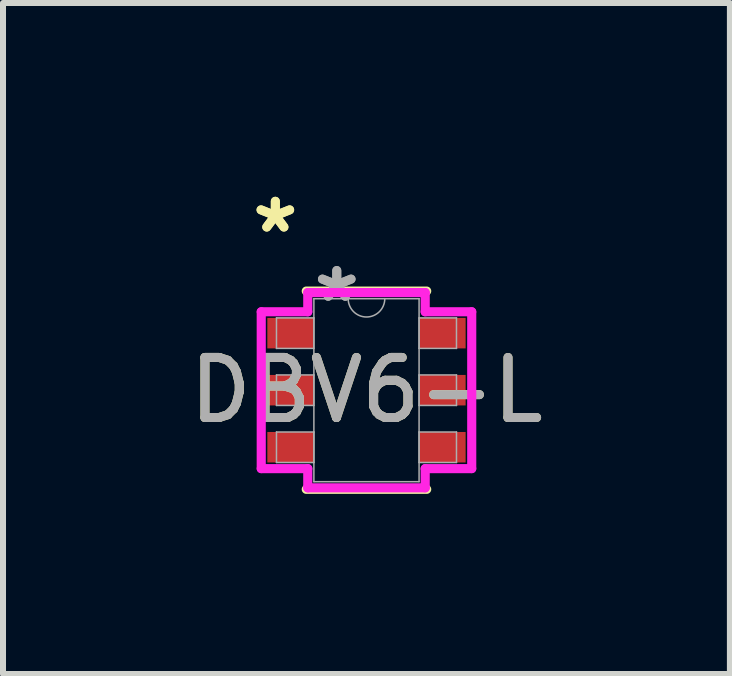
<source format=kicad_pcb>
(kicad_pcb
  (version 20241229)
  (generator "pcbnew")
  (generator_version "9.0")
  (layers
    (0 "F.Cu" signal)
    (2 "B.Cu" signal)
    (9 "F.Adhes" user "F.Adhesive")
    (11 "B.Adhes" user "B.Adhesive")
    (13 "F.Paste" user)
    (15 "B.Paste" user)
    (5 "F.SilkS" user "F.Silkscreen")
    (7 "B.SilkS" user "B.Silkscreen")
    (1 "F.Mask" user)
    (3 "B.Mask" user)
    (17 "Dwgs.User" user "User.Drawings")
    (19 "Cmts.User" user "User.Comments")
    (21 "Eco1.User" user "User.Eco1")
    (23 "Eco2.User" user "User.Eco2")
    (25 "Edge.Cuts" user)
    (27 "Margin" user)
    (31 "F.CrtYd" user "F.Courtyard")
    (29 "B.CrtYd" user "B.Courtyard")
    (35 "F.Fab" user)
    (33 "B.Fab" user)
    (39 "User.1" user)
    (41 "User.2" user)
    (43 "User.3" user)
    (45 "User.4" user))
  (footprint "DBV6-L"
    (layer "F.Cu")
    (at 3.054 3.449)
    (property "Reference" "DBV6-L" (at 0 0 0) (unlocked yes) (layer "F.SilkS") (effects (font (size 1 1) (thickness 0.15))))
    (attr smd)
    (fp_line (start -1.003 1.651) (end 1.003 1.651) (stroke (width 0.152) (type solid)) (layer "F.SilkS"))
    (fp_line (start 1.003 -1.651) (end -1.003 -1.651) (stroke (width 0.152) (type solid)) (layer "F.SilkS"))
    (fp_line (start -1.753 -1.306) (end -0.978 -1.306) (stroke (width 0.152) (type solid)) (layer "F.CrtYd"))
    (fp_line (start -1.753 1.306) (end -1.753 -1.306) (stroke (width 0.152) (type solid)) (layer "F.CrtYd"))
    (fp_line (start -1.753 1.306) (end -0.978 1.306) (stroke (width 0.152) (type solid)) (layer "F.CrtYd"))
    (fp_line (start -0.978 -1.626) (end 0.978 -1.626) (stroke (width 0.152) (type solid)) (layer "F.CrtYd"))
    (fp_line (start -0.978 -1.306) (end -0.978 -1.626) (stroke (width 0.152) (type solid)) (layer "F.CrtYd"))
    (fp_line (start -0.978 1.626) (end -0.978 1.306) (stroke (width 0.152) (type solid)) (layer "F.CrtYd"))
    (fp_line (start 0.978 -1.626) (end 0.978 -1.306) (stroke (width 0.152) (type solid)) (layer "F.CrtYd"))
    (fp_line (start 0.978 1.306) (end 0.978 1.626) (stroke (width 0.152) (type solid)) (layer "F.CrtYd"))
    (fp_line (start 0.978 1.626) (end -0.978 1.626) (stroke (width 0.152) (type solid)) (layer "F.CrtYd"))
    (fp_line (start 1.753 -1.306) (end 0.978 -1.306) (stroke (width 0.152) (type solid)) (layer "F.CrtYd"))
    (fp_line (start 1.753 -1.306) (end 1.753 1.306) (stroke (width 0.152) (type solid)) (layer "F.CrtYd"))
    (fp_line (start 1.753 1.306) (end 0.978 1.306) (stroke (width 0.152) (type solid)) (layer "F.CrtYd"))
    (fp_line (start -1.499 -1.204) (end -1.499 -0.696) (stroke (width 0.025) (type solid)) (layer "F.Fab"))
    (fp_line (start -1.499 -0.696) (end -0.876 -0.696) (stroke (width 0.025) (type solid)) (layer "F.Fab"))
    (fp_line (start -1.499 -0.254) (end -1.499 0.254) (stroke (width 0.025) (type solid)) (layer "F.Fab"))
    (fp_line (start -1.499 0.254) (end -0.876 0.254) (stroke (width 0.025) (type solid)) (layer "F.Fab"))
    (fp_line (start -1.499 0.696) (end -1.499 1.204) (stroke (width 0.025) (type solid)) (layer "F.Fab"))
    (fp_line (start -1.499 1.204) (end -0.876 1.204) (stroke (width 0.025) (type solid)) (layer "F.Fab"))
    (fp_line (start -0.876 -1.524) (end -0.876 1.524) (stroke (width 0.025) (type solid)) (layer "F.Fab"))
    (fp_line (start -0.876 -1.204) (end -1.499 -1.204) (stroke (width 0.025) (type solid)) (layer "F.Fab"))
    (fp_line (start -0.876 -0.696) (end -0.876 -1.204) (stroke (width 0.025) (type solid)) (layer "F.Fab"))
    (fp_line (start -0.876 -0.254) (end -1.499 -0.254) (stroke (width 0.025) (type solid)) (layer "F.Fab"))
    (fp_line (start -0.876 0.254) (end -0.876 -0.254) (stroke (width 0.025) (type solid)) (layer "F.Fab"))
    (fp_line (start -0.876 0.696) (end -1.499 0.696) (stroke (width 0.025) (type solid)) (layer "F.Fab"))
    (fp_line (start -0.876 1.204) (end -0.876 0.696) (stroke (width 0.025) (type solid)) (layer "F.Fab"))
    (fp_line (start -0.876 1.524) (end 0.876 1.524) (stroke (width 0.025) (type solid)) (layer "F.Fab"))
    (fp_line (start 0.876 -1.524) (end -0.876 -1.524) (stroke (width 0.025) (type solid)) (layer "F.Fab"))
    (fp_line (start 0.876 -1.204) (end 0.876 -0.696) (stroke (width 0.025) (type solid)) (layer "F.Fab"))
    (fp_line (start 0.876 -0.696) (end 1.499 -0.696) (stroke (width 0.025) (type solid)) (layer "F.Fab"))
    (fp_line (start 0.876 -0.254) (end 0.876 0.254) (stroke (width 0.025) (type solid)) (layer "F.Fab"))
    (fp_line (start 0.876 0.254) (end 1.499 0.254) (stroke (width 0.025) (type solid)) (layer "F.Fab"))
    (fp_line (start 0.876 0.696) (end 0.876 1.204) (stroke (width 0.025) (type solid)) (layer "F.Fab"))
    (fp_line (start 0.876 1.204) (end 1.499 1.204) (stroke (width 0.025) (type solid)) (layer "F.Fab"))
    (fp_line (start 0.876 1.524) (end 0.876 -1.524) (stroke (width 0.025) (type solid)) (layer "F.Fab"))
    (fp_line (start 1.499 -1.204) (end 0.876 -1.204) (stroke (width 0.025) (type solid)) (layer "F.Fab"))
    (fp_line (start 1.499 -0.696) (end 1.499 -1.204) (stroke (width 0.025) (type solid)) (layer "F.Fab"))
    (fp_line (start 1.499 -0.254) (end 0.876 -0.254) (stroke (width 0.025) (type solid)) (layer "F.Fab"))
    (fp_line (start 1.499 0.254) (end 1.499 -0.254) (stroke (width 0.025) (type solid)) (layer "F.Fab"))
    (fp_line (start 1.499 0.696) (end 0.876 0.696) (stroke (width 0.025) (type solid)) (layer "F.Fab"))
    (fp_line (start 1.499 1.204) (end 1.499 0.696) (stroke (width 0.025) (type solid)) (layer "F.Fab"))
    (fp_arc (start 0.3048 -1.524) (mid 0 -1.2192) (end -0.3048 -1.524) (stroke (width 0.0254) (type solid)) (layer "F.Fab"))
    (fp_text user "*" (at -1.518 -2.601 0) (layer "F.SilkS") (effects (font (size 1 1) (thickness 0.15))))
    (fp_text user "*" (at -1.518 -2.601 0) (unlocked yes) (layer "F.SilkS") (effects (font (size 1 1) (thickness 0.15))))
    (fp_text user "${REFERENCE}" (at 0 0 0) (unlocked yes) (layer "F.Fab") (effects (font (size 1 1) (thickness 0.15))))
    (fp_text user "*" (at -0.495 -1.448 0) (unlocked yes) (layer "F.Fab") (effects (font (size 1 1) (thickness 0.15))))
    (fp_text user "*" (at -0.495 -1.448 0) (layer "F.Fab") (effects (font (size 1 1) (thickness 0.15))))
    (pad "1" smd rect (at -1.264 -0.95) (size 0.775 0.508) (layers "F.Cu" "F.Mask" "F.Paste"))
    (pad "2" smd rect (at -1.264 0) (size 0.775 0.508) (layers "F.Cu" "F.Mask" "F.Paste"))
    (pad "3" smd rect (at -1.264 0.95) (size 0.775 0.508) (layers "F.Cu" "F.Mask" "F.Paste"))
    (pad "4" smd rect (at 1.264 0.95) (size 0.775 0.508) (layers "F.Cu" "F.Mask" "F.Paste"))
    (pad "5" smd rect (at 1.264 0) (size 0.775 0.508) (layers "F.Cu" "F.Mask" "F.Paste"))
    (pad "6" smd rect (at 1.264 -0.95) (size 0.775 0.508) (layers "F.Cu" "F.Mask" "F.Paste")))
  (gr_rect
    (start -3 -3)
    (end 9.107 8.176)
    (stroke (width 0.1) (type default))
    (fill no)
    (layer "Edge.Cuts")))
</source>
